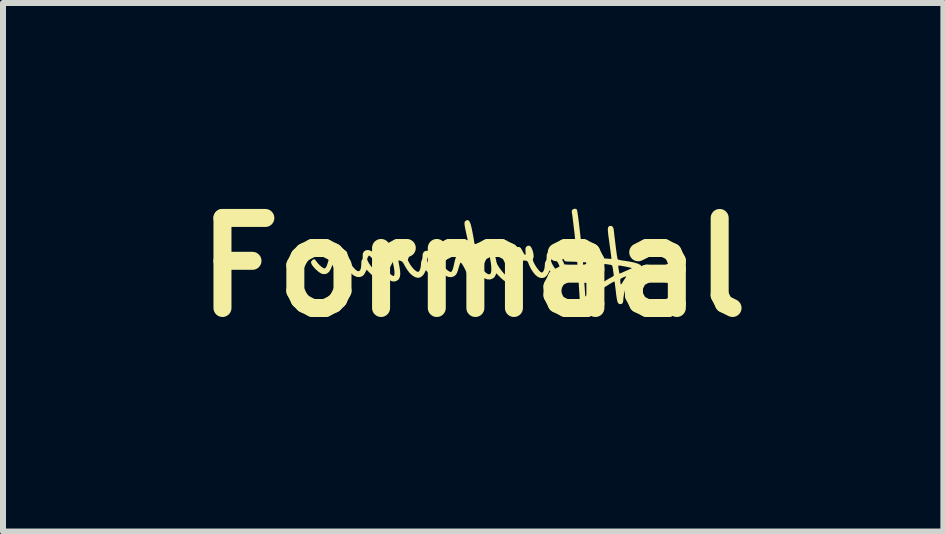
<source format=kicad_pcb>
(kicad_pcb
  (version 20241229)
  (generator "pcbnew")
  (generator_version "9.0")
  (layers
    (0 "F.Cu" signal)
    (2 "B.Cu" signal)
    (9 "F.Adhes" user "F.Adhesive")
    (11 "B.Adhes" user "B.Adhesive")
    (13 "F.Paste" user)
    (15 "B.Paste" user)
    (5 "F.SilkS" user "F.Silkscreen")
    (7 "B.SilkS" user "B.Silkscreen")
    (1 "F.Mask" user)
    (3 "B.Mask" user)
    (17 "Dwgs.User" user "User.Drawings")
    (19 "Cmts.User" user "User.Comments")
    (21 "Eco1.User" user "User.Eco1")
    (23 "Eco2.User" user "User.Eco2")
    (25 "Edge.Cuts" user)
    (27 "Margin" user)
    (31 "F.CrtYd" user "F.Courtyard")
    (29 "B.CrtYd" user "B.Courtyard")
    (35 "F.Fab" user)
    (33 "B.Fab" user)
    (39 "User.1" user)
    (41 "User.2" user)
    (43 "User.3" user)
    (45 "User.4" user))
  (footprint "Formaal"
    (layer "F.Cu")
    (at 4.836 1.404)
    (property "Reference" "Formaal" (at 0 0 0) (layer "F.SilkS") (effects (font (size 1.5 1.5) (thickness 0.3))))
    (attr board_only exclude_from_pos_files exclude_from_bom)
    (fp_poly (pts (xy 0.293 -0.457) (xy 0.315 -0.431) (xy 0.33 -0.395) (xy 0.327 -0.366) (xy 0.31 -0.347) (xy 0.281 -0.334) (xy 0.257 -0.338) (xy 0.235 -0.362) (xy 0.234 -0.364) (xy 0.218 -0.402) (xy 0.219 -0.431) (xy 0.237 -0.454) (xy 0.239 -0.455) (xy 0.268 -0.465)) (stroke (width 0) (type solid)) (fill yes) (layer "F.SilkS"))
    (fp_poly (pts (xy 1.725 -0.964) (xy 1.728 -0.959) (xy 1.732 -0.944) (xy 1.738 -0.912) (xy 1.745 -0.864) (xy 1.753 -0.804) (xy 1.762 -0.733) (xy 1.771 -0.654) (xy 1.781 -0.568) (xy 1.791 -0.479) (xy 1.8 -0.388) (xy 1.804 -0.349) (xy 1.821 -0.176) (xy 1.868 -0.176) (xy 1.892 -0.175) (xy 1.933 -0.172) (xy 1.984 -0.168) (xy 2.043 -0.162) (xy 2.106 -0.156) (xy 2.107 -0.156) (xy 2.166 -0.15) (xy 2.218 -0.145) (xy 2.26 -0.142) (xy 2.288 -0.14) (xy 2.301 -0.139) (xy 2.302 -0.139) (xy 2.302 -0.143) (xy 2.302 -0.151) (xy 2.301 -0.167) (xy 2.298 -0.192) (xy 2.293 -0.228) (xy 2.287 -0.277) (xy 2.278 -0.341) (xy 2.267 -0.421) (xy 2.261 -0.466) (xy 2.251 -0.535) (xy 2.246 -0.588) (xy 2.243 -0.626) (xy 2.245 -0.653) (xy 2.25 -0.67) (xy 2.26 -0.681) (xy 2.273 -0.688) (xy 2.276 -0.689) (xy 2.304 -0.689) (xy 2.326 -0.673) (xy 2.339 -0.644) (xy 2.339 -0.642) (xy 2.341 -0.624) (xy 2.346 -0.589) (xy 2.351 -0.541) (xy 2.358 -0.483) (xy 2.366 -0.419) (xy 2.371 -0.377) (xy 2.379 -0.311) (xy 2.387 -0.251) (xy 2.394 -0.201) (xy 2.401 -0.162) (xy 2.406 -0.138) (xy 2.409 -0.132) (xy 2.423 -0.126) (xy 2.452 -0.119) (xy 2.491 -0.112) (xy 2.517 -0.109) (xy 2.611 -0.094) (xy 2.687 -0.078) (xy 2.744 -0.06) (xy 2.784 -0.04) (xy 2.806 -0.017) (xy 2.811 0.008) (xy 2.809 0.019) (xy 2.799 0.033) (xy 2.777 0.054) (xy 2.747 0.079) (xy 2.734 0.089) (xy 2.675 0.141) (xy 2.621 0.202) (xy 2.577 0.265) (xy 2.549 0.322) (xy 2.531 0.377) (xy 2.516 0.436) (xy 2.505 0.493) (xy 2.501 0.54) (xy 2.501 0.543) (xy 2.496 0.583) (xy 2.481 0.607) (xy 2.455 0.614) (xy 2.447 0.614) (xy 2.43 0.61) (xy 2.418 0.601) (xy 2.407 0.583) (xy 2.399 0.556) (xy 2.391 0.515) (xy 2.383 0.459) (xy 2.379 0.425) (xy 2.373 0.373) (xy 2.367 0.326) (xy 2.362 0.288) (xy 2.359 0.264) (xy 2.358 0.261) (xy 2.353 0.234) (xy 2.297 0.265) (xy 2.162 0.349) (xy 2.041 0.444) (xy 1.976 0.504) (xy 1.876 0.602) (xy 1.876 0.652) (xy 1.874 0.685) (xy 1.868 0.703) (xy 1.857 0.713) (xy 1.828 0.721) (xy 1.793 0.722) (xy 1.762 0.715) (xy 1.756 0.712) (xy 1.742 0.694) (xy 1.74 0.666) (xy 1.751 0.634) (xy 1.759 0.62) (xy 1.764 0.613) (xy 1.768 0.607) (xy 1.771 0.6) (xy 1.773 0.59) (xy 1.774 0.576) (xy 1.775 0.555) (xy 1.774 0.526) (xy 1.772 0.487) (xy 1.769 0.436) (xy 1.765 0.372) (xy 1.76 0.292) (xy 1.754 0.195) (xy 1.753 0.166) (xy 1.748 0.098) (xy 1.744 0.037) (xy 1.74 -0.015) (xy 1.736 -0.054) (xy 1.734 -0.074) (xy 1.829 -0.074) (xy 1.831 -0.047) (xy 1.833 -0.007) (xy 1.836 0.043) (xy 1.84 0.101) (xy 1.841 0.108) (xy 1.846 0.175) (xy 1.851 0.243) (xy 1.855 0.306) (xy 1.859 0.36) (xy 1.861 0.393) (xy 1.868 0.488) (xy 1.947 0.414) (xy 1.99 0.377) (xy 2.042 0.335) (xy 2.095 0.295) (xy 2.129 0.272) (xy 2.174 0.242) (xy 2.22 0.214) (xy 2.227 0.21) (xy 2.45 0.21) (xy 2.451 0.234) (xy 2.451 0.236) (xy 2.454 0.269) (xy 2.46 0.285) (xy 2.469 0.282) (xy 2.483 0.261) (xy 2.487 0.254) (xy 2.506 0.222) (xy 2.526 0.192) (xy 2.531 0.184) (xy 2.544 0.165) (xy 2.549 0.153) (xy 2.548 0.152) (xy 2.538 0.153) (xy 2.516 0.162) (xy 2.496 0.17) (xy 2.469 0.184) (xy 2.454 0.195) (xy 2.45 0.21) (xy 2.227 0.21) (xy 2.261 0.189) (xy 2.288 0.175) (xy 2.319 0.158) (xy 2.336 0.146) (xy 2.342 0.135) (xy 2.341 0.12) (xy 2.341 0.119) (xy 2.337 0.095) (xy 2.332 0.06) (xy 2.329 0.037) (xy 2.324 0.004) (xy 2.321 -0.008) (xy 2.417 -0.008) (xy 2.417 -0.007) (xy 2.421 0.016) (xy 2.426 0.048) (xy 2.428 0.062) (xy 2.433 0.088) (xy 2.438 0.104) (xy 2.441 0.106) (xy 2.452 0.101) (xy 2.478 0.09) (xy 2.513 0.074) (xy 2.548 0.059) (xy 2.587 0.042) (xy 2.619 0.027) (xy 2.639 0.017) (xy 2.644 0.013) (xy 2.634 0.01) (xy 2.608 0.004) (xy 2.574 -0.004) (xy 2.534 -0.012) (xy 2.496 -0.019) (xy 2.462 -0.025) (xy 2.438 -0.029) (xy 2.431 -0.029) (xy 2.418 -0.025) (xy 2.417 -0.008) (xy 2.321 -0.008) (xy 2.317 -0.022) (xy 2.312 -0.032) (xy 2.301 -0.038) (xy 2.277 -0.043) (xy 2.237 -0.049) (xy 2.182 -0.056) (xy 2.109 -0.063) (xy 2.067 -0.067) (xy 2.001 -0.072) (xy 1.943 -0.077) (xy 1.894 -0.081) (xy 1.857 -0.083) (xy 1.835 -0.084) (xy 1.83 -0.084) (xy 1.829 -0.074) (xy 1.734 -0.074) (xy 1.734 -0.08) (xy 1.732 -0.088) (xy 1.721 -0.09) (xy 1.695 -0.092) (xy 1.658 -0.093) (xy 1.629 -0.094) (xy 1.583 -0.095) (xy 1.552 -0.097) (xy 1.533 -0.101) (xy 1.522 -0.108) (xy 1.518 -0.113) (xy 1.506 -0.138) (xy 1.511 -0.161) (xy 1.524 -0.176) (xy 1.535 -0.185) (xy 1.548 -0.19) (xy 1.569 -0.192) (xy 1.601 -0.191) (xy 1.636 -0.189) (xy 1.729 -0.183) (xy 1.724 -0.231) (xy 1.718 -0.286) (xy 1.711 -0.351) (xy 1.704 -0.423) (xy 1.695 -0.498) (xy 1.687 -0.574) (xy 1.678 -0.647) (xy 1.67 -0.714) (xy 1.663 -0.774) (xy 1.657 -0.822) (xy 1.653 -0.855) (xy 1.651 -0.869) (xy 1.644 -0.907) (xy 1.642 -0.93) (xy 1.644 -0.945) (xy 1.651 -0.956) (xy 1.657 -0.962) (xy 1.68 -0.974) (xy 1.705 -0.975)) (stroke (width 0) (type solid)) (fill yes) (layer "F.SilkS"))
    (fp_poly (pts (xy -0.076 -0.78) (xy -0.058 -0.756) (xy -0.041 -0.712) (xy -0.041 -0.711) (xy -0.03 -0.67) (xy -0.018 -0.614) (xy -0.005 -0.546) (xy 0.009 -0.469) (xy 0.022 -0.387) (xy 0.034 -0.304) (xy 0.044 -0.225) (xy 0.053 -0.158) (xy 0.064 -0.106) (xy 0.079 -0.064) (xy 0.099 -0.028) (xy 0.127 0.009) (xy 0.166 0.05) (xy 0.172 0.056) (xy 0.213 0.093) (xy 0.245 0.114) (xy 0.27 0.117) (xy 0.289 0.105) (xy 0.293 0.098) (xy 0.3 0.071) (xy 0.302 0.03) (xy 0.3 -0.022) (xy 0.293 -0.079) (xy 0.287 -0.113) (xy 0.278 -0.161) (xy 0.276 -0.193) (xy 0.281 -0.213) (xy 0.293 -0.225) (xy 0.309 -0.231) (xy 0.334 -0.231) (xy 0.353 -0.215) (xy 0.367 -0.183) (xy 0.378 -0.133) (xy 0.379 -0.128) (xy 0.388 -0.083) (xy 0.402 -0.046) (xy 0.426 -0.006) (xy 0.43 0.001) (xy 0.473 0.059) (xy 0.512 0.105) (xy 0.547 0.138) (xy 0.575 0.156) (xy 0.597 0.158) (xy 0.604 0.154) (xy 0.612 0.141) (xy 0.615 0.121) (xy 0.612 0.091) (xy 0.604 0.048) (xy 0.591 -0.005) (xy 0.577 -0.066) (xy 0.569 -0.112) (xy 0.568 -0.145) (xy 0.573 -0.17) (xy 0.584 -0.188) (xy 0.589 -0.194) (xy 0.62 -0.212) (xy 0.65 -0.211) (xy 0.67 -0.201) (xy 0.691 -0.188) (xy 0.703 -0.189) (xy 0.707 -0.208) (xy 0.706 -0.234) (xy 0.704 -0.283) (xy 0.711 -0.315) (xy 0.727 -0.334) (xy 0.737 -0.338) (xy 0.767 -0.338) (xy 0.793 -0.32) (xy 0.815 -0.284) (xy 0.816 -0.281) (xy 0.834 -0.246) (xy 0.851 -0.219) (xy 0.866 -0.206) (xy 0.869 -0.205) (xy 0.872 -0.214) (xy 0.873 -0.237) (xy 0.871 -0.264) (xy 0.87 -0.301) (xy 0.874 -0.324) (xy 0.883 -0.341) (xy 0.884 -0.342) (xy 0.91 -0.359) (xy 0.937 -0.359) (xy 0.96 -0.342) (xy 0.962 -0.339) (xy 0.982 -0.3) (xy 0.997 -0.256) (xy 1.005 -0.212) (xy 1.007 -0.174) (xy 0.999 -0.146) (xy 0.996 -0.141) (xy 0.994 -0.124) (xy 1.001 -0.096) (xy 1.018 -0.061) (xy 1.039 -0.023) (xy 1.065 0.015) (xy 1.091 0.048) (xy 1.116 0.074) (xy 1.136 0.087) (xy 1.143 0.088) (xy 1.16 0.079) (xy 1.175 0.055) (xy 1.187 0.02) (xy 1.192 -0.022) (xy 1.192 -0.03) (xy 1.196 -0.074) (xy 1.208 -0.1) (xy 1.213 -0.11) (xy 1.296 -0.11) (xy 1.304 -0.081) (xy 1.32 -0.047) (xy 1.342 -0.01) (xy 1.367 0.026) (xy 1.393 0.058) (xy 1.417 0.081) (xy 1.437 0.093) (xy 1.447 0.092) (xy 1.453 0.078) (xy 1.453 0.048) (xy 1.452 0.037) (xy 1.444 0.003) (xy 1.43 -0.038) (xy 1.415 -0.069) (xy 1.393 -0.106) (xy 1.37 -0.136) (xy 1.347 -0.16) (xy 1.328 -0.173) (xy 1.314 -0.174) (xy 1.309 -0.161) (xy 1.309 -0.161) (xy 1.304 -0.141) (xy 1.298 -0.128) (xy 1.296 -0.11) (xy 1.213 -0.11) (xy 1.22 -0.122) (xy 1.223 -0.157) (xy 1.223 -0.169) (xy 1.225 -0.211) (xy 1.237 -0.239) (xy 1.261 -0.258) (xy 1.275 -0.264) (xy 1.312 -0.268) (xy 1.353 -0.256) (xy 1.394 -0.23) (xy 1.434 -0.192) (xy 1.47 -0.145) (xy 1.501 -0.092) (xy 1.525 -0.033) (xy 1.539 0.027) (xy 1.541 0.048) (xy 1.543 0.085) (xy 1.54 0.111) (xy 1.532 0.131) (xy 1.523 0.146) (xy 1.501 0.17) (xy 1.477 0.186) (xy 1.472 0.188) (xy 1.44 0.189) (xy 1.402 0.176) (xy 1.361 0.15) (xy 1.323 0.113) (xy 1.313 0.102) (xy 1.273 0.052) (xy 1.252 0.098) (xy 1.223 0.143) (xy 1.187 0.171) (xy 1.145 0.18) (xy 1.099 0.171) (xy 1.068 0.154) (xy 1.034 0.125) (xy 0.999 0.082) (xy 0.965 0.031) (xy 0.937 -0.024) (xy 0.927 -0.048) (xy 0.915 -0.08) (xy 0.904 -0.098) (xy 0.891 -0.107) (xy 0.869 -0.111) (xy 0.869 -0.111) (xy 0.84 -0.113) (xy 0.82 -0.106) (xy 0.81 -0.097) (xy 0.794 -0.085) (xy 0.774 -0.081) (xy 0.744 -0.083) (xy 0.713 -0.088) (xy 0.688 -0.093) (xy 0.681 -0.094) (xy 0.673 -0.097) (xy 0.667 -0.096) (xy 0.666 -0.089) (xy 0.669 -0.073) (xy 0.675 -0.043) (xy 0.685 -0.003) (xy 0.699 0.075) (xy 0.7 0.14) (xy 0.689 0.19) (xy 0.666 0.226) (xy 0.63 0.247) (xy 0.626 0.248) (xy 0.587 0.252) (xy 0.546 0.242) (xy 0.503 0.215) (xy 0.454 0.172) (xy 0.449 0.166) (xy 0.384 0.1) (xy 0.372 0.133) (xy 0.354 0.164) (xy 0.329 0.186) (xy 0.283 0.203) (xy 0.234 0.202) (xy 0.182 0.181) (xy 0.128 0.141) (xy 0.123 0.136) (xy 0.078 0.095) (xy 0.078 0.172) (xy 0.076 0.226) (xy 0.067 0.262) (xy 0.052 0.283) (xy 0.03 0.293) (xy 0.02 0.293) (xy -0.004 0.289) (xy -0.018 0.28) (xy -0.026 0.267) (xy -0.04 0.239) (xy -0.058 0.201) (xy -0.079 0.156) (xy -0.086 0.139) (xy -0.121 0.065) (xy -0.151 0.005) (xy -0.176 -0.039) (xy -0.195 -0.067) (xy -0.208 -0.078) (xy -0.21 -0.078) (xy -0.217 -0.068) (xy -0.226 -0.044) (xy -0.237 -0.01) (xy -0.242 0.006) (xy -0.258 0.061) (xy -0.274 0.101) (xy -0.292 0.128) (xy -0.315 0.147) (xy -0.323 0.152) (xy -0.368 0.165) (xy -0.417 0.16) (xy -0.465 0.138) (xy -0.496 0.114) (xy -0.518 0.094) (xy -0.518 0.116) (xy -0.524 0.138) (xy -0.541 0.16) (xy -0.542 0.162) (xy -0.574 0.181) (xy -0.613 0.184) (xy -0.656 0.17) (xy -0.701 0.14) (xy -0.745 0.097) (xy -0.789 0.047) (xy -0.809 0.091) (xy -0.834 0.131) (xy -0.868 0.16) (xy -0.905 0.175) (xy -0.918 0.176) (xy -0.965 0.166) (xy -1.013 0.138) (xy -1.06 0.095) (xy -1.104 0.036) (xy -1.14 -0.024) (xy -1.16 -0.061) (xy -1.176 -0.084) (xy -1.191 -0.098) (xy -1.21 -0.106) (xy -1.21 -0.106) (xy -1.233 -0.112) (xy -1.246 -0.114) (xy -1.247 -0.114) (xy -1.246 -0.104) (xy -1.242 -0.079) (xy -1.236 -0.043) (xy -1.23 -0.014) (xy -1.218 0.061) (xy -1.216 0.122) (xy -1.225 0.168) (xy -1.244 0.203) (xy -1.276 0.226) (xy -1.284 0.23) (xy -1.32 0.238) (xy -1.358 0.232) (xy -1.4 0.211) (xy -1.448 0.175) (xy -1.471 0.155) (xy -1.495 0.134) (xy -1.508 0.125) (xy -1.515 0.127) (xy -1.519 0.135) (xy -1.534 0.156) (xy -1.563 0.169) (xy -1.599 0.173) (xy -1.619 0.171) (xy -1.643 0.163) (xy -1.67 0.145) (xy -1.704 0.114) (xy -1.716 0.102) (xy -1.777 0.04) (xy -1.796 0.081) (xy -1.82 0.123) (xy -1.849 0.149) (xy -1.887 0.162) (xy -1.893 0.163) (xy -1.94 0.16) (xy -1.988 0.139) (xy -2.02 0.114) (xy -2.042 0.094) (xy -2.042 0.124) (xy -2.049 0.154) (xy -2.067 0.175) (xy -2.092 0.185) (xy -2.117 0.18) (xy -2.132 0.169) (xy -2.144 0.151) (xy -2.162 0.123) (xy -2.179 0.093) (xy -2.201 0.053) (xy -2.227 0.01) (xy -2.253 -0.031) (xy -2.277 -0.067) (xy -2.297 -0.096) (xy -2.311 -0.114) (xy -2.316 -0.117) (xy -2.322 -0.109) (xy -2.332 -0.085) (xy -2.344 -0.052) (xy -2.349 -0.035) (xy -2.373 0.029) (xy -2.401 0.075) (xy -2.434 0.103) (xy -2.472 0.115) (xy -2.517 0.11) (xy -2.524 0.108) (xy -2.553 0.093) (xy -2.589 0.066) (xy -2.626 0.033) (xy -2.66 -0.004) (xy -2.686 -0.038) (xy -2.696 -0.057) (xy -2.703 -0.08) (xy -2.7 -0.096) (xy -2.686 -0.113) (xy -2.666 -0.131) (xy -2.649 -0.134) (xy -2.632 -0.122) (xy -2.613 -0.097) (xy -2.588 -0.065) (xy -2.558 -0.034) (xy -2.527 -0.007) (xy -2.5 0.012) (xy -2.481 0.02) (xy -2.48 0.02) (xy -2.464 0.013) (xy -2.448 -0.009) (xy -2.432 -0.048) (xy -2.415 -0.104) (xy -2.414 -0.105) (xy -2.4 -0.154) (xy -2.387 -0.188) (xy -2.374 -0.209) (xy -2.359 -0.221) (xy -2.351 -0.224) (xy -2.32 -0.228) (xy -2.289 -0.216) (xy -2.256 -0.187) (xy -2.222 -0.141) (xy -2.192 -0.092) (xy -2.175 -0.062) (xy -2.161 -0.041) (xy -2.153 -0.032) (xy -2.153 -0.032) (xy -2.153 -0.043) (xy -2.157 -0.068) (xy -2.163 -0.104) (xy -2.168 -0.128) (xy -2.179 -0.178) (xy -2.185 -0.213) (xy -2.187 -0.236) (xy -2.183 -0.251) (xy -2.175 -0.261) (xy -2.165 -0.269) (xy -2.144 -0.279) (xy -2.128 -0.278) (xy -2.113 -0.265) (xy -2.1 -0.237) (xy -2.087 -0.193) (xy -2.077 -0.154) (xy -2.051 -0.08) (xy -2.008 -0.011) (xy -1.967 0.035) (xy -1.935 0.06) (xy -1.909 0.066) (xy -1.888 0.054) (xy -1.874 0.025) (xy -1.867 -0.022) (xy -1.866 -0.05) (xy -1.864 -0.093) (xy -1.857 -0.119) (xy -1.852 -0.127) (xy -1.849 -0.131) (xy -1.767 -0.131) (xy -1.761 -0.112) (xy -1.747 -0.085) (xy -1.741 -0.073) (xy -1.72 -0.04) (xy -1.694 -0.006) (xy -1.667 0.027) (xy -1.642 0.053) (xy -1.621 0.07) (xy -1.607 0.075) (xy -1.602 0.064) (xy -1.599 0.04) (xy -1.599 0.027) (xy -1.605 -0.01) (xy -1.618 -0.051) (xy -1.625 -0.065) (xy -1.641 -0.092) (xy -1.664 -0.123) (xy -1.688 -0.153) (xy -1.711 -0.177) (xy -1.729 -0.192) (xy -1.736 -0.195) (xy -1.745 -0.187) (xy -1.757 -0.167) (xy -1.758 -0.163) (xy -1.766 -0.146) (xy -1.767 -0.131) (xy -1.849 -0.131) (xy -1.842 -0.144) (xy -1.842 -0.175) (xy -1.842 -0.179) (xy -1.841 -0.225) (xy -1.824 -0.26) (xy -1.796 -0.281) (xy -1.756 -0.288) (xy -1.728 -0.283) (xy -1.692 -0.266) (xy -1.652 -0.235) (xy -1.61 -0.193) (xy -1.57 -0.144) (xy -1.535 -0.091) (xy -1.53 -0.08) (xy -1.498 -0.028) (xy -1.464 0.022) (xy -1.428 0.066) (xy -1.394 0.103) (xy -1.363 0.129) (xy -1.338 0.143) (xy -1.324 0.144) (xy -1.315 0.131) (xy -1.312 0.102) (xy -1.314 0.059) (xy -1.321 0.006) (xy -1.333 -0.053) (xy -1.343 -0.101) (xy -1.349 -0.134) (xy -1.351 -0.157) (xy -1.349 -0.175) (xy -1.344 -0.191) (xy -1.343 -0.192) (xy -1.325 -0.22) (xy -1.298 -0.231) (xy -1.263 -0.225) (xy -1.24 -0.215) (xy -1.199 -0.194) (xy -1.205 -0.216) (xy -1.217 -0.269) (xy -1.218 -0.308) (xy -1.208 -0.336) (xy -1.204 -0.341) (xy -1.181 -0.359) (xy -1.156 -0.358) (xy -1.131 -0.34) (xy -1.107 -0.306) (xy -1.084 -0.257) (xy -1.078 -0.238) (xy -1.069 -0.208) (xy -1.067 -0.187) (xy -1.072 -0.17) (xy -1.078 -0.157) (xy -1.087 -0.136) (xy -1.088 -0.119) (xy -1.08 -0.098) (xy -1.073 -0.085) (xy -1.046 -0.038) (xy -1.014 0.005) (xy -0.981 0.041) (xy -0.951 0.064) (xy -0.95 0.065) (xy -0.928 0.076) (xy -0.915 0.076) (xy -0.903 0.067) (xy -0.903 0.067) (xy -0.888 0.043) (xy -0.877 0.004) (xy -0.871 -0.041) (xy -0.87 -0.064) (xy -0.867 -0.092) (xy -0.86 -0.113) (xy -0.857 -0.116) (xy -0.851 -0.13) (xy -0.771 -0.13) (xy -0.769 -0.109) (xy -0.757 -0.081) (xy -0.749 -0.065) (xy -0.728 -0.03) (xy -0.703 0.006) (xy -0.676 0.038) (xy -0.65 0.064) (xy -0.629 0.08) (xy -0.616 0.083) (xy -0.615 0.083) (xy -0.608 0.067) (xy -0.607 0.036) (xy -0.608 0.03) (xy -0.623 -0.032) (xy -0.655 -0.094) (xy -0.7 -0.148) (xy -0.722 -0.169) (xy -0.739 -0.182) (xy -0.745 -0.185) (xy -0.763 -0.153) (xy -0.771 -0.13) (xy -0.851 -0.13) (xy -0.851 -0.132) (xy -0.846 -0.16) (xy -0.845 -0.181) (xy -0.84 -0.227) (xy -0.823 -0.257) (xy -0.794 -0.273) (xy -0.768 -0.275) (xy -0.721 -0.266) (xy -0.672 -0.238) (xy -0.624 -0.194) (xy -0.577 -0.134) (xy -0.552 -0.093) (xy -0.523 -0.049) (xy -0.489 -0.007) (xy -0.453 0.029) (xy -0.418 0.058) (xy -0.388 0.075) (xy -0.372 0.078) (xy -0.358 0.069) (xy -0.344 0.041) (xy -0.33 -0.004) (xy -0.318 -0.059) (xy -0.304 -0.119) (xy -0.291 -0.162) (xy -0.278 -0.192) (xy -0.262 -0.21) (xy -0.254 -0.215) (xy -0.225 -0.22) (xy -0.193 -0.207) (xy -0.159 -0.174) (xy -0.122 -0.122) (xy -0.082 -0.051) (xy -0.073 -0.034) (xy -0.053 0.007) (xy -0.038 0.034) (xy -0.027 0.048) (xy -0.022 0.047) (xy -0.02 0.03) (xy -0.023 -0.003) (xy -0.029 -0.054) (xy -0.039 -0.123) (xy -0.039 -0.126) (xy -0.054 -0.229) (xy -0.068 -0.319) (xy -0.082 -0.401) (xy -0.098 -0.482) (xy -0.117 -0.568) (xy -0.118 -0.574) (xy -0.132 -0.638) (xy -0.141 -0.685) (xy -0.145 -0.72) (xy -0.145 -0.744) (xy -0.14 -0.76) (xy -0.13 -0.771) (xy -0.123 -0.777) (xy -0.098 -0.787)) (stroke (width 0) (type solid)) (fill yes) (layer "F.SilkS")))
  (gr_rect
    (start -3 -3)
    (end 12.671 5.808)
    (stroke (width 0.1) (type default))
    (fill no)
    (layer "Edge.Cuts")))
</source>
